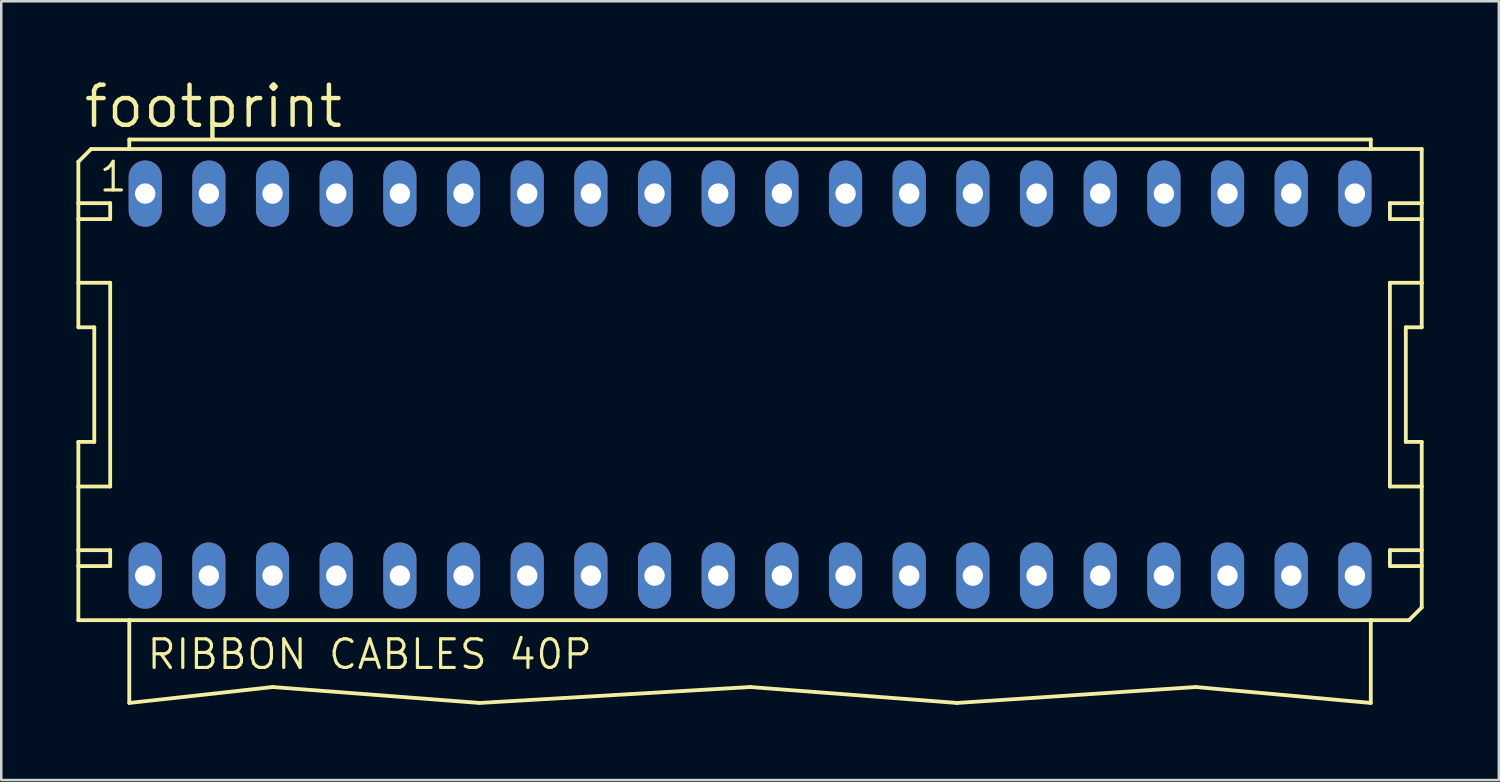
<source format=kicad_pcb>
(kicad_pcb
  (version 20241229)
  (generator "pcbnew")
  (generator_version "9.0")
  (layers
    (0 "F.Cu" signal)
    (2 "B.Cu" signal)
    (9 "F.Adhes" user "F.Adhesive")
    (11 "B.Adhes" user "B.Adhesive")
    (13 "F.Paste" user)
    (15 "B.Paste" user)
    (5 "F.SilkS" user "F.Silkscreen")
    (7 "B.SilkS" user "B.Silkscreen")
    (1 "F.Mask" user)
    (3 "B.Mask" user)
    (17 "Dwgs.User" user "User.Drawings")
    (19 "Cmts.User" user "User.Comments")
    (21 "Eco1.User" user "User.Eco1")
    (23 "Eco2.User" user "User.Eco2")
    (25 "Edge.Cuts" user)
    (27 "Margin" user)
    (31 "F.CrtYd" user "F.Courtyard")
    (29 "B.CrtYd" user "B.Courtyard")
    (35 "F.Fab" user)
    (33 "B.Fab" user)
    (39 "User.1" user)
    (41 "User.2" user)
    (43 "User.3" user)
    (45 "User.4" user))
  (footprint "footprint"
    (layer "F.Cu")
    (at 26.873 12.294)
    (property "Reference" "footprint" (at -26.67 -10.16 0) (layer "F.SilkS") (effects (font (size 1.6 1.6) (thickness 0.178)) (justify left bottom)))
    (fp_line (start -26.797 -8.89) (end -26.797 -7.239) (stroke (width 0.152) (type solid)) (layer "F.SilkS"))
    (fp_line (start -26.797 -7.239) (end -25.527 -7.239) (stroke (width 0.152) (type solid)) (layer "F.SilkS"))
    (fp_line (start -26.797 -6.604) (end -26.797 -7.239) (stroke (width 0.152) (type solid)) (layer "F.SilkS"))
    (fp_line (start -26.797 -6.604) (end -26.797 -4.064) (stroke (width 0.152) (type solid)) (layer "F.SilkS"))
    (fp_line (start -26.797 -6.604) (end -25.527 -6.604) (stroke (width 0.152) (type solid)) (layer "F.SilkS"))
    (fp_line (start -26.797 -4.064) (end -26.797 -2.286) (stroke (width 0.152) (type solid)) (layer "F.SilkS"))
    (fp_line (start -26.797 -4.064) (end -25.527 -4.064) (stroke (width 0.152) (type solid)) (layer "F.SilkS"))
    (fp_line (start -26.797 -2.286) (end -26.162 -2.286) (stroke (width 0.152) (type solid)) (layer "F.SilkS"))
    (fp_line (start -26.797 2.286) (end -26.797 4.064) (stroke (width 0.152) (type solid)) (layer "F.SilkS"))
    (fp_line (start -26.797 4.064) (end -26.797 6.604) (stroke (width 0.152) (type solid)) (layer "F.SilkS"))
    (fp_line (start -26.797 6.604) (end -26.797 7.239) (stroke (width 0.152) (type solid)) (layer "F.SilkS"))
    (fp_line (start -26.797 6.604) (end -25.527 6.604) (stroke (width 0.152) (type solid)) (layer "F.SilkS"))
    (fp_line (start -26.797 7.239) (end -26.797 9.398) (stroke (width 0.152) (type solid)) (layer "F.SilkS"))
    (fp_line (start -26.289 -9.398) (end -26.797 -8.89) (stroke (width 0.152) (type solid)) (layer "F.SilkS"))
    (fp_line (start -26.289 -9.398) (end -24.765 -9.398) (stroke (width 0.152) (type solid)) (layer "F.SilkS"))
    (fp_line (start -26.162 2.286) (end -26.797 2.286) (stroke (width 0.152) (type solid)) (layer "F.SilkS"))
    (fp_line (start -26.162 2.286) (end -26.162 -2.286) (stroke (width 0.152) (type solid)) (layer "F.SilkS"))
    (fp_line (start -25.527 -6.604) (end -25.527 -7.239) (stroke (width 0.152) (type solid)) (layer "F.SilkS"))
    (fp_line (start -25.527 4.064) (end -26.797 4.064) (stroke (width 0.152) (type solid)) (layer "F.SilkS"))
    (fp_line (start -25.527 4.064) (end -25.527 -4.064) (stroke (width 0.152) (type solid)) (layer "F.SilkS"))
    (fp_line (start -25.527 7.239) (end -26.797 7.239) (stroke (width 0.152) (type solid)) (layer "F.SilkS"))
    (fp_line (start -25.527 7.239) (end -25.527 6.604) (stroke (width 0.152) (type solid)) (layer "F.SilkS"))
    (fp_line (start -24.765 -9.779) (end 24.765 -9.779) (stroke (width 0.152) (type solid)) (layer "F.SilkS"))
    (fp_line (start -24.765 -9.398) (end -24.765 -9.779) (stroke (width 0.152) (type solid)) (layer "F.SilkS"))
    (fp_line (start -24.765 -9.398) (end 24.765 -9.398) (stroke (width 0.152) (type solid)) (layer "F.SilkS"))
    (fp_line (start -24.765 9.398) (end -26.797 9.398) (stroke (width 0.152) (type solid)) (layer "F.SilkS"))
    (fp_line (start -24.765 9.398) (end -24.765 12.7) (stroke (width 0.152) (type solid)) (layer "F.SilkS"))
    (fp_line (start -24.765 12.7) (end -19.05 12.065) (stroke (width 0.152) (type solid)) (layer "F.SilkS"))
    (fp_line (start -19.05 12.065) (end -10.795 12.7) (stroke (width 0.152) (type solid)) (layer "F.SilkS"))
    (fp_line (start 0 12.065) (end -10.795 12.7) (stroke (width 0.152) (type solid)) (layer "F.SilkS"))
    (fp_line (start 8.255 12.7) (end 0 12.065) (stroke (width 0.152) (type solid)) (layer "F.SilkS"))
    (fp_line (start 17.78 12.065) (end 8.255 12.7) (stroke (width 0.152) (type solid)) (layer "F.SilkS"))
    (fp_line (start 17.78 12.065) (end 24.765 12.7) (stroke (width 0.152) (type solid)) (layer "F.SilkS"))
    (fp_line (start 24.765 -9.779) (end 24.765 -9.398) (stroke (width 0.152) (type solid)) (layer "F.SilkS"))
    (fp_line (start 24.765 -9.398) (end 26.797 -9.398) (stroke (width 0.152) (type solid)) (layer "F.SilkS"))
    (fp_line (start 24.765 9.398) (end -24.765 9.398) (stroke (width 0.152) (type solid)) (layer "F.SilkS"))
    (fp_line (start 24.765 12.7) (end 24.765 9.398) (stroke (width 0.152) (type solid)) (layer "F.SilkS"))
    (fp_line (start 25.527 -7.239) (end 25.527 -6.604) (stroke (width 0.152) (type solid)) (layer "F.SilkS"))
    (fp_line (start 25.527 -7.239) (end 26.797 -7.239) (stroke (width 0.152) (type solid)) (layer "F.SilkS"))
    (fp_line (start 25.527 -4.064) (end 25.527 4.064) (stroke (width 0.152) (type solid)) (layer "F.SilkS"))
    (fp_line (start 25.527 -4.064) (end 26.797 -4.064) (stroke (width 0.152) (type solid)) (layer "F.SilkS"))
    (fp_line (start 25.527 6.604) (end 25.527 7.239) (stroke (width 0.152) (type solid)) (layer "F.SilkS"))
    (fp_line (start 25.527 6.604) (end 26.797 6.604) (stroke (width 0.152) (type solid)) (layer "F.SilkS"))
    (fp_line (start 26.162 -2.286) (end 26.162 2.286) (stroke (width 0.152) (type solid)) (layer "F.SilkS"))
    (fp_line (start 26.162 -2.286) (end 26.797 -2.286) (stroke (width 0.152) (type solid)) (layer "F.SilkS"))
    (fp_line (start 26.289 9.398) (end 24.765 9.398) (stroke (width 0.152) (type solid)) (layer "F.SilkS"))
    (fp_line (start 26.797 -9.398) (end 26.797 -7.239) (stroke (width 0.152) (type solid)) (layer "F.SilkS"))
    (fp_line (start 26.797 -7.239) (end 26.797 -6.604) (stroke (width 0.152) (type solid)) (layer "F.SilkS"))
    (fp_line (start 26.797 -6.604) (end 25.527 -6.604) (stroke (width 0.152) (type solid)) (layer "F.SilkS"))
    (fp_line (start 26.797 -6.604) (end 26.797 -4.064) (stroke (width 0.152) (type solid)) (layer "F.SilkS"))
    (fp_line (start 26.797 -4.064) (end 26.797 -2.286) (stroke (width 0.152) (type solid)) (layer "F.SilkS"))
    (fp_line (start 26.797 2.286) (end 26.162 2.286) (stroke (width 0.152) (type solid)) (layer "F.SilkS"))
    (fp_line (start 26.797 2.286) (end 26.797 4.064) (stroke (width 0.152) (type solid)) (layer "F.SilkS"))
    (fp_line (start 26.797 4.064) (end 25.527 4.064) (stroke (width 0.152) (type solid)) (layer "F.SilkS"))
    (fp_line (start 26.797 4.064) (end 26.797 6.604) (stroke (width 0.152) (type solid)) (layer "F.SilkS"))
    (fp_line (start 26.797 6.604) (end 26.797 7.239) (stroke (width 0.152) (type solid)) (layer "F.SilkS"))
    (fp_line (start 26.797 7.239) (end 25.527 7.239) (stroke (width 0.152) (type solid)) (layer "F.SilkS"))
    (fp_line (start 26.797 7.239) (end 26.797 8.89) (stroke (width 0.152) (type solid)) (layer "F.SilkS"))
    (fp_line (start 26.797 8.89) (end 26.289 9.398) (stroke (width 0.152) (type solid)) (layer "F.SilkS"))
    (fp_text user "1" (at -26.035 -7.62 0) (layer "F.SilkS") (effects (font (size 1.143 1.143) (thickness 0.127)) (justify left bottom)))
    (fp_text user "RIBBON CABLES 40P" (at -24.13 11.43 0) (layer "F.SilkS") (effects (font (size 1.143 1.143) (thickness 0.127)) (justify left bottom)))
    (pad "1" thru_hole oval (at -24.13 -7.62 90) (size 2.642 1.321) (drill 0.813) (layers "*.Cu" "*.Mask"))
    (pad "2" thru_hole oval (at -24.13 7.62 90) (size 2.642 1.321) (drill 0.813) (layers "*.Cu" "*.Mask"))
    (pad "3" thru_hole oval (at -21.59 -7.62 90) (size 2.642 1.321) (drill 0.813) (layers "*.Cu" "*.Mask"))
    (pad "4" thru_hole oval (at -21.59 7.62 90) (size 2.642 1.321) (drill 0.813) (layers "*.Cu" "*.Mask"))
    (pad "5" thru_hole oval (at -19.05 -7.62 90) (size 2.642 1.321) (drill 0.813) (layers "*.Cu" "*.Mask"))
    (pad "6" thru_hole oval (at -19.05 7.62 90) (size 2.642 1.321) (drill 0.813) (layers "*.Cu" "*.Mask"))
    (pad "7" thru_hole oval (at -16.51 -7.62 90) (size 2.642 1.321) (drill 0.813) (layers "*.Cu" "*.Mask"))
    (pad "8" thru_hole oval (at -16.51 7.62 90) (size 2.642 1.321) (drill 0.813) (layers "*.Cu" "*.Mask"))
    (pad "9" thru_hole oval (at -13.97 -7.62 90) (size 2.642 1.321) (drill 0.813) (layers "*.Cu" "*.Mask"))
    (pad "10" thru_hole oval (at -13.97 7.62 90) (size 2.642 1.321) (drill 0.813) (layers "*.Cu" "*.Mask"))
    (pad "11" thru_hole oval (at -11.43 -7.62 90) (size 2.642 1.321) (drill 0.813) (layers "*.Cu" "*.Mask"))
    (pad "12" thru_hole oval (at -11.43 7.62 90) (size 2.642 1.321) (drill 0.813) (layers "*.Cu" "*.Mask"))
    (pad "13" thru_hole oval (at -8.89 -7.62 90) (size 2.642 1.321) (drill 0.813) (layers "*.Cu" "*.Mask"))
    (pad "14" thru_hole oval (at -8.89 7.62 90) (size 2.642 1.321) (drill 0.813) (layers "*.Cu" "*.Mask"))
    (pad "15" thru_hole oval (at -6.35 -7.62 90) (size 2.642 1.321) (drill 0.813) (layers "*.Cu" "*.Mask"))
    (pad "16" thru_hole oval (at -6.35 7.62 90) (size 2.642 1.321) (drill 0.813) (layers "*.Cu" "*.Mask"))
    (pad "17" thru_hole oval (at -3.81 -7.62 90) (size 2.642 1.321) (drill 0.813) (layers "*.Cu" "*.Mask"))
    (pad "18" thru_hole oval (at -3.81 7.62 90) (size 2.642 1.321) (drill 0.813) (layers "*.Cu" "*.Mask"))
    (pad "19" thru_hole oval (at -1.27 -7.62 90) (size 2.642 1.321) (drill 0.813) (layers "*.Cu" "*.Mask"))
    (pad "20" thru_hole oval (at -1.27 7.62 90) (size 2.642 1.321) (drill 0.813) (layers "*.Cu" "*.Mask"))
    (pad "21" thru_hole oval (at 1.27 -7.62 90) (size 2.642 1.321) (drill 0.813) (layers "*.Cu" "*.Mask"))
    (pad "22" thru_hole oval (at 1.27 7.62 90) (size 2.642 1.321) (drill 0.813) (layers "*.Cu" "*.Mask"))
    (pad "23" thru_hole oval (at 3.81 -7.62 90) (size 2.642 1.321) (drill 0.813) (layers "*.Cu" "*.Mask"))
    (pad "24" thru_hole oval (at 3.81 7.62 90) (size 2.642 1.321) (drill 0.813) (layers "*.Cu" "*.Mask"))
    (pad "25" thru_hole oval (at 6.35 -7.62 90) (size 2.642 1.321) (drill 0.813) (layers "*.Cu" "*.Mask"))
    (pad "26" thru_hole oval (at 6.35 7.62 90) (size 2.642 1.321) (drill 0.813) (layers "*.Cu" "*.Mask"))
    (pad "27" thru_hole oval (at 8.89 -7.62 90) (size 2.642 1.321) (drill 0.813) (layers "*.Cu" "*.Mask"))
    (pad "28" thru_hole oval (at 8.89 7.62 90) (size 2.642 1.321) (drill 0.813) (layers "*.Cu" "*.Mask"))
    (pad "29" thru_hole oval (at 11.43 -7.62 90) (size 2.642 1.321) (drill 0.813) (layers "*.Cu" "*.Mask"))
    (pad "30" thru_hole oval (at 11.43 7.62 90) (size 2.642 1.321) (drill 0.813) (layers "*.Cu" "*.Mask"))
    (pad "31" thru_hole oval (at 13.97 -7.62 90) (size 2.642 1.321) (drill 0.813) (layers "*.Cu" "*.Mask"))
    (pad "32" thru_hole oval (at 13.97 7.62 90) (size 2.642 1.321) (drill 0.813) (layers "*.Cu" "*.Mask"))
    (pad "33" thru_hole oval (at 16.51 -7.62 90) (size 2.642 1.321) (drill 0.813) (layers "*.Cu" "*.Mask"))
    (pad "34" thru_hole oval (at 16.51 7.62 90) (size 2.642 1.321) (drill 0.813) (layers "*.Cu" "*.Mask"))
    (pad "35" thru_hole oval (at 19.05 -7.62 90) (size 2.642 1.321) (drill 0.813) (layers "*.Cu" "*.Mask"))
    (pad "36" thru_hole oval (at 19.05 7.62 90) (size 2.642 1.321) (drill 0.813) (layers "*.Cu" "*.Mask"))
    (pad "37" thru_hole oval (at 21.59 -7.62 90) (size 2.642 1.321) (drill 0.813) (layers "*.Cu" "*.Mask"))
    (pad "38" thru_hole oval (at 21.59 7.62 90) (size 2.642 1.321) (drill 0.813) (layers "*.Cu" "*.Mask"))
    (pad "39" thru_hole oval (at 24.13 -7.62 90) (size 2.642 1.321) (drill 0.813) (layers "*.Cu" "*.Mask"))
    (pad "40" thru_hole oval (at 24.13 7.62 90) (size 2.642 1.321) (drill 0.813) (layers "*.Cu" "*.Mask")))
  (gr_rect
    (start -3 -3)
    (end 56.746 28.07)
    (stroke (width 0.1) (type default))
    (fill no)
    (layer "Edge.Cuts")))
</source>
